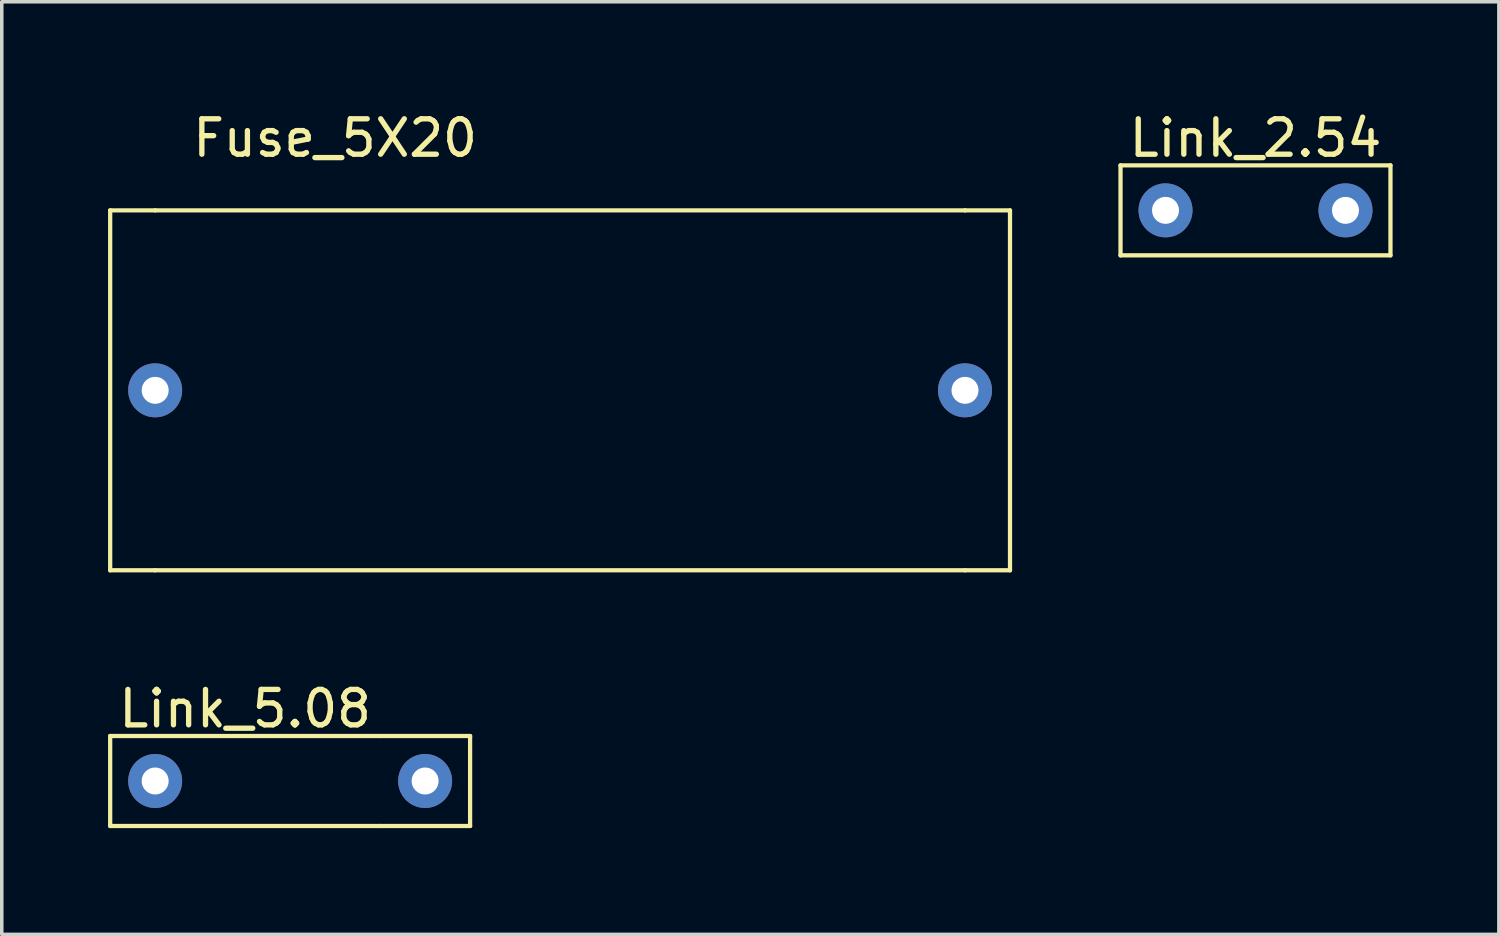
<source format=kicad_pcb>
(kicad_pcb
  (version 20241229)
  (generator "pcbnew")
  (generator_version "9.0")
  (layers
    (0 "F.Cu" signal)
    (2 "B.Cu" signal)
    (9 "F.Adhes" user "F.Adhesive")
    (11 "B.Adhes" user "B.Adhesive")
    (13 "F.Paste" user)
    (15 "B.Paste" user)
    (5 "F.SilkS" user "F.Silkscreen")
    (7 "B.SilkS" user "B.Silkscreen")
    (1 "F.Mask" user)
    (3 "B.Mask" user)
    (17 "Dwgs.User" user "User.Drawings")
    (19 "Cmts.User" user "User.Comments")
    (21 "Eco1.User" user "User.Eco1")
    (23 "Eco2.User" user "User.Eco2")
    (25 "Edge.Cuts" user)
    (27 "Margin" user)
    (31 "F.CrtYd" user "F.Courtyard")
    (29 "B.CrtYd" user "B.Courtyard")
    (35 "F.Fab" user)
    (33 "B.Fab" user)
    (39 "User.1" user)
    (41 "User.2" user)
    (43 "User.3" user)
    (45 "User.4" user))
  (footprint "Link_2.54"
    (layer "F.Cu")
    (at 32.39 0.348)
    (property "Reference" "Link_2.54" (at 0 0.5 0) (layer "F.SilkS") (effects (font (size 1 1) (thickness 0.15))))
    (attr through_hole)
    (fp_line (start -3.81 1.27) (end 3.81 1.27) (stroke (width 0.12) (type solid)) (layer "F.SilkS"))
    (fp_line (start -3.81 3.81) (end -3.81 1.27) (stroke (width 0.12) (type solid)) (layer "F.SilkS"))
    (fp_line (start 3.81 1.27) (end 3.81 3.81) (stroke (width 0.12) (type solid)) (layer "F.SilkS"))
    (fp_line (start 3.81 3.81) (end -3.81 3.81) (stroke (width 0.12) (type solid)) (layer "F.SilkS"))
    (pad "1" thru_hole circle (at -2.54 2.54) (size 1.524 1.524) (drill 0.762) (layers "*.Cu" "*.Mask"))
    (pad "2" thru_hole circle (at 2.54 2.54) (size 1.524 1.524) (drill 0.762) (layers "*.Cu" "*.Mask")))
  (footprint "Link_5.08"
    (layer "F.Cu")
    (at 3.87 16.456)
    (property "Reference" "Link_5.08" (at 0 0.5 0) (layer "F.SilkS") (effects (font (size 1 1) (thickness 0.15))))
    (attr through_hole)
    (fp_line (start -3.81 1.27) (end 3.81 1.27) (stroke (width 0.12) (type solid)) (layer "F.SilkS"))
    (fp_line (start -3.81 3.81) (end -3.81 1.27) (stroke (width 0.12) (type solid)) (layer "F.SilkS"))
    (fp_line (start 3.81 1.27) (end 6.35 1.27) (stroke (width 0.12) (type solid)) (layer "F.SilkS"))
    (fp_line (start 3.81 3.81) (end -3.81 3.81) (stroke (width 0.12) (type solid)) (layer "F.SilkS"))
    (fp_line (start 6.35 1.27) (end 6.35 3.81) (stroke (width 0.12) (type solid)) (layer "F.SilkS"))
    (fp_line (start 6.35 3.81) (end 3.81 3.81) (stroke (width 0.12) (type solid)) (layer "F.SilkS"))
    (pad "1" thru_hole circle (at -2.54 2.54) (size 1.524 1.524) (drill 0.762) (layers "*.Cu" "*.Mask"))
    (pad "2" thru_hole circle (at 5.08 2.54) (size 1.524 1.524) (drill 0.762) (layers "*.Cu" "*.Mask")))
  (footprint "Fuse_5X20"
    (layer "F.Cu")
    (at 6.41 5.428)
    (property "Reference" "Fuse_5X20" (at 0 -4.58 0) (layer "F.SilkS") (effects (font (size 1 1) (thickness 0.15))))
    (attr through_hole)
    (fp_line (start -6.35 -2.54) (end -6.35 7.62) (stroke (width 0.12) (type solid)) (layer "F.SilkS"))
    (fp_line (start -6.35 7.62) (end -5.08 7.62) (stroke (width 0.12) (type solid)) (layer "F.SilkS"))
    (fp_line (start -5.08 -2.54) (end -6.35 -2.54) (stroke (width 0.12) (type solid)) (layer "F.SilkS"))
    (fp_line (start -5.08 7.62) (end 17.78 7.62) (stroke (width 0.12) (type solid)) (layer "F.SilkS"))
    (fp_line (start 17.78 -2.54) (end -5.08 -2.54) (stroke (width 0.12) (type solid)) (layer "F.SilkS"))
    (fp_line (start 17.78 7.62) (end 19.05 7.62) (stroke (width 0.12) (type solid)) (layer "F.SilkS"))
    (fp_line (start 19.05 -2.54) (end 17.78 -2.54) (stroke (width 0.12) (type solid)) (layer "F.SilkS"))
    (fp_line (start 19.05 -2.54) (end 19.05 7.62) (stroke (width 0.12) (type solid)) (layer "F.SilkS"))
    (pad "1" thru_hole circle (at -5.08 2.54) (size 1.524 1.524) (drill 0.762) (layers "*.Cu" "*.Mask"))
    (pad "2" thru_hole circle (at 17.78 2.54) (size 1.524 1.524) (drill 0.762) (layers "*.Cu" "*.Mask")))
  (gr_rect
    (start -3 -3)
    (end 39.26 23.326)
    (stroke (width 0.1) (type default))
    (fill no)
    (layer "Edge.Cuts")))
</source>
